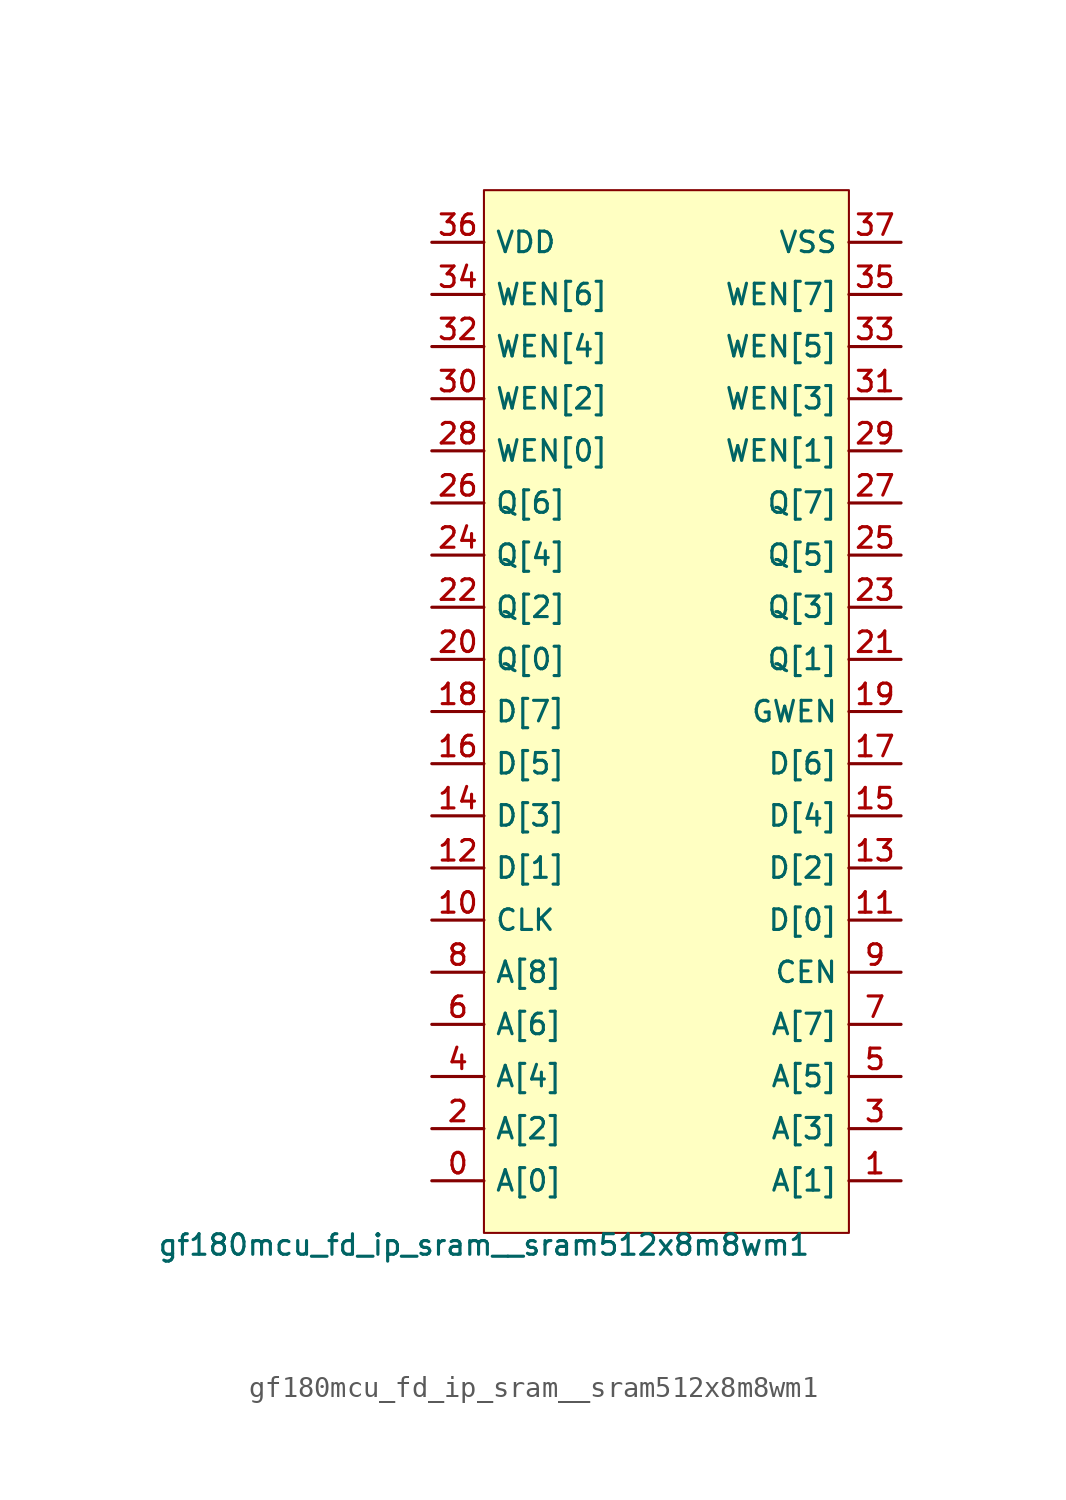
<source format=kicad_sym>
(kicad_symbol_lib
  (version 20211014)
  (generator pdk2kicad)
  (symbol "gf180mcu_fd_ip_sram__sram512x8m8wm1"
    (property "Reference" "X"
      (at 0 0 0)
      (effects (font (size 1 1)) hide))
    (property "Value" "gf180mcu_fd_ip_sram__sram512x8m8wm1"
      (at -8.89 -25.4 0)
      (effects (font (size 1 1)) (justify top)))
    (rectangle
      (start -8.89 -25.4)
      (end 8.89 25.4)
      (stroke (width 0.1) (type solid) (color 0 0 0 0))
      (fill (type background)))
    (pin bidirectional line
      (at -11.43 -22.86 0)
      (length 2.54)
      (name "A[0]" (effects (font (size 1 1)) hide))
      (number "0" (effects (font (size 1 1)) hide)))
    (pin bidirectional line
      (at 11.43 -22.86 180)
      (length 2.54)
      (name "A[1]" (effects (font (size 1 1)) hide))
      (number "1" (effects (font (size 1 1)) hide)))
    (pin bidirectional line
      (at -11.43 -20.32 0)
      (length 2.54)
      (name "A[2]" (effects (font (size 1 1)) hide))
      (number "2" (effects (font (size 1 1)) hide)))
    (pin bidirectional line
      (at 11.43 -20.32 180)
      (length 2.54)
      (name "A[3]" (effects (font (size 1 1)) hide))
      (number "3" (effects (font (size 1 1)) hide)))
    (pin bidirectional line
      (at -11.43 -17.78 0)
      (length 2.54)
      (name "A[4]" (effects (font (size 1 1)) hide))
      (number "4" (effects (font (size 1 1)) hide)))
    (pin bidirectional line
      (at 11.43 -17.78 180)
      (length 2.54)
      (name "A[5]" (effects (font (size 1 1)) hide))
      (number "5" (effects (font (size 1 1)) hide)))
    (pin bidirectional line
      (at -11.43 -15.24 0)
      (length 2.54)
      (name "A[6]" (effects (font (size 1 1)) hide))
      (number "6" (effects (font (size 1 1)) hide)))
    (pin bidirectional line
      (at 11.43 -15.24 180)
      (length 2.54)
      (name "A[7]" (effects (font (size 1 1)) hide))
      (number "7" (effects (font (size 1 1)) hide)))
    (pin bidirectional line
      (at -11.43 -12.7 0)
      (length 2.54)
      (name "A[8]" (effects (font (size 1 1)) hide))
      (number "8" (effects (font (size 1 1)) hide)))
    (pin bidirectional line
      (at 11.43 -12.7 180)
      (length 2.54)
      (name "CEN" (effects (font (size 1 1)) hide))
      (number "9" (effects (font (size 1 1)) hide)))
    (pin bidirectional line
      (at -11.43 -10.16 0)
      (length 2.54)
      (name "CLK" (effects (font (size 1 1)) hide))
      (number "10" (effects (font (size 1 1)) hide)))
    (pin bidirectional line
      (at 11.43 -10.16 180)
      (length 2.54)
      (name "D[0]" (effects (font (size 1 1)) hide))
      (number "11" (effects (font (size 1 1)) hide)))
    (pin bidirectional line
      (at -11.43 -7.62 0)
      (length 2.54)
      (name "D[1]" (effects (font (size 1 1)) hide))
      (number "12" (effects (font (size 1 1)) hide)))
    (pin bidirectional line
      (at 11.43 -7.62 180)
      (length 2.54)
      (name "D[2]" (effects (font (size 1 1)) hide))
      (number "13" (effects (font (size 1 1)) hide)))
    (pin bidirectional line
      (at -11.43 -5.08 0)
      (length 2.54)
      (name "D[3]" (effects (font (size 1 1)) hide))
      (number "14" (effects (font (size 1 1)) hide)))
    (pin bidirectional line
      (at 11.43 -5.08 180)
      (length 2.54)
      (name "D[4]" (effects (font (size 1 1)) hide))
      (number "15" (effects (font (size 1 1)) hide)))
    (pin bidirectional line
      (at -11.43 -2.54 0)
      (length 2.54)
      (name "D[5]" (effects (font (size 1 1)) hide))
      (number "16" (effects (font (size 1 1)) hide)))
    (pin bidirectional line
      (at 11.43 -2.54 180)
      (length 2.54)
      (name "D[6]" (effects (font (size 1 1)) hide))
      (number "17" (effects (font (size 1 1)) hide)))
    (pin bidirectional line
      (at -11.43 -3.552713678800501e-15 0)
      (length 2.54)
      (name "D[7]" (effects (font (size 1 1)) hide))
      (number "18" (effects (font (size 1 1)) hide)))
    (pin bidirectional line
      (at 11.43 -3.552713678800501e-15 180)
      (length 2.54)
      (name "GWEN" (effects (font (size 1 1)) hide))
      (number "19" (effects (font (size 1 1)) hide)))
    (pin bidirectional line
      (at -11.43 2.54 0)
      (length 2.54)
      (name "Q[0]" (effects (font (size 1 1)) hide))
      (number "20" (effects (font (size 1 1)) hide)))
    (pin bidirectional line
      (at 11.43 2.54 180)
      (length 2.54)
      (name "Q[1]" (effects (font (size 1 1)) hide))
      (number "21" (effects (font (size 1 1)) hide)))
    (pin bidirectional line
      (at -11.43 5.08 0)
      (length 2.54)
      (name "Q[2]" (effects (font (size 1 1)) hide))
      (number "22" (effects (font (size 1 1)) hide)))
    (pin bidirectional line
      (at 11.43 5.08 180)
      (length 2.54)
      (name "Q[3]" (effects (font (size 1 1)) hide))
      (number "23" (effects (font (size 1 1)) hide)))
    (pin bidirectional line
      (at -11.43 7.62 0)
      (length 2.54)
      (name "Q[4]" (effects (font (size 1 1)) hide))
      (number "24" (effects (font (size 1 1)) hide)))
    (pin bidirectional line
      (at 11.43 7.62 180)
      (length 2.54)
      (name "Q[5]" (effects (font (size 1 1)) hide))
      (number "25" (effects (font (size 1 1)) hide)))
    (pin bidirectional line
      (at -11.43 10.16 0)
      (length 2.54)
      (name "Q[6]" (effects (font (size 1 1)) hide))
      (number "26" (effects (font (size 1 1)) hide)))
    (pin bidirectional line
      (at 11.43 10.16 180)
      (length 2.54)
      (name "Q[7]" (effects (font (size 1 1)) hide))
      (number "27" (effects (font (size 1 1)) hide)))
    (pin bidirectional line
      (at -11.43 12.7 0)
      (length 2.54)
      (name "WEN[0]" (effects (font (size 1 1)) hide))
      (number "28" (effects (font (size 1 1)) hide)))
    (pin bidirectional line
      (at 11.43 12.7 180)
      (length 2.54)
      (name "WEN[1]" (effects (font (size 1 1)) hide))
      (number "29" (effects (font (size 1 1)) hide)))
    (pin bidirectional line
      (at -11.43 15.24 0)
      (length 2.54)
      (name "WEN[2]" (effects (font (size 1 1)) hide))
      (number "30" (effects (font (size 1 1)) hide)))
    (pin bidirectional line
      (at 11.43 15.24 180)
      (length 2.54)
      (name "WEN[3]" (effects (font (size 1 1)) hide))
      (number "31" (effects (font (size 1 1)) hide)))
    (pin bidirectional line
      (at -11.43 17.78 0)
      (length 2.54)
      (name "WEN[4]" (effects (font (size 1 1)) hide))
      (number "32" (effects (font (size 1 1)) hide)))
    (pin bidirectional line
      (at 11.43 17.78 180)
      (length 2.54)
      (name "WEN[5]" (effects (font (size 1 1)) hide))
      (number "33" (effects (font (size 1 1)) hide)))
    (pin bidirectional line
      (at -11.43 20.32 0)
      (length 2.54)
      (name "WEN[6]" (effects (font (size 1 1)) hide))
      (number "34" (effects (font (size 1 1)) hide)))
    (pin bidirectional line
      (at 11.43 20.32 180)
      (length 2.54)
      (name "WEN[7]" (effects (font (size 1 1)) hide))
      (number "35" (effects (font (size 1 1)) hide)))
    (pin bidirectional line
      (at -11.43 22.86 0)
      (length 2.54)
      (name "VDD" (effects (font (size 1 1)) hide))
      (number "36" (effects (font (size 1 1)) hide)))
    (pin bidirectional line
      (at 11.43 22.86 180)
      (length 2.54)
      (name "VSS" (effects (font (size 1 1)) hide))
      (number "37" (effects (font (size 1 1)) hide)))))
</source>
